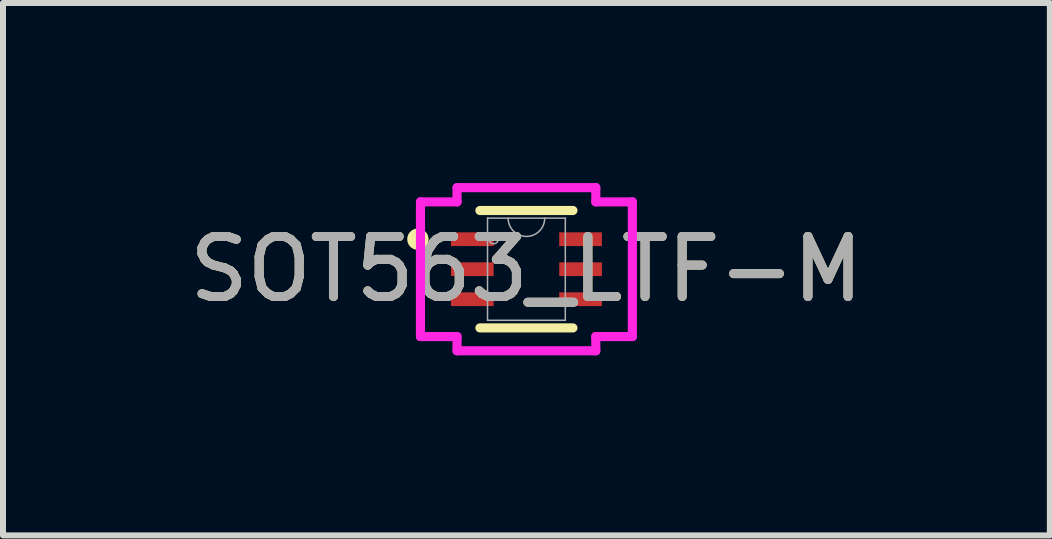
<source format=kicad_pcb>
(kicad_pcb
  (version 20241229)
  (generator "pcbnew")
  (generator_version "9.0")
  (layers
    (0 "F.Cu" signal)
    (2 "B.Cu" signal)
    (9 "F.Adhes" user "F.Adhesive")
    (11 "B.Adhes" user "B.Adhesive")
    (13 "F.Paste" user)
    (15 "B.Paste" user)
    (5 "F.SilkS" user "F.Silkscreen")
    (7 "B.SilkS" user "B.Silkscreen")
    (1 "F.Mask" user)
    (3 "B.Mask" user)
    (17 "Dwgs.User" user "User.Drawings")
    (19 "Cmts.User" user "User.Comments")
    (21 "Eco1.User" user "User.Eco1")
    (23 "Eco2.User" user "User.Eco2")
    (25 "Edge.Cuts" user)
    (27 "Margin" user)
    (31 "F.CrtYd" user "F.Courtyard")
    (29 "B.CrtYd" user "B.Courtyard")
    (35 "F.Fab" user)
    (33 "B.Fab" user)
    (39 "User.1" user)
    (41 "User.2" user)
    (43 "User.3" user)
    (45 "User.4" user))
  (footprint "SOT563_LTF-M"
    (layer "F.Cu")
    (at 5.72 1.435)
    (property "Reference" "SOT563_LTF-M" (at 0 0 0) (unlocked yes) (layer "F.SilkS") (effects (font (size 1 1) (thickness 0.15))))
    (attr smd)
    (fp_line (start -0.775 0.978) (end 0.775 0.978) (stroke (width 0.152) (type solid)) (layer "F.SilkS"))
    (fp_line (start 0.775 -0.978) (end -0.775 -0.978) (stroke (width 0.152) (type solid)) (layer "F.SilkS"))
    (fp_circle (center -1.808 -0.5) (end -1.706 -0.5) (stroke (width 0.152) (type solid)) (fill no) (layer "F.SilkS"))
    (fp_line (start -1.765 -1.122) (end -1.156 -1.122) (stroke (width 0.152) (type solid)) (layer "F.CrtYd"))
    (fp_line (start -1.765 1.122) (end -1.765 -1.122) (stroke (width 0.152) (type solid)) (layer "F.CrtYd"))
    (fp_line (start -1.765 1.122) (end -1.156 1.122) (stroke (width 0.152) (type solid)) (layer "F.CrtYd"))
    (fp_line (start -1.156 -1.359) (end 1.156 -1.359) (stroke (width 0.152) (type solid)) (layer "F.CrtYd"))
    (fp_line (start -1.156 -1.122) (end -1.156 -1.359) (stroke (width 0.152) (type solid)) (layer "F.CrtYd"))
    (fp_line (start -1.156 1.359) (end -1.156 1.122) (stroke (width 0.152) (type solid)) (layer "F.CrtYd"))
    (fp_line (start 1.156 -1.359) (end 1.156 -1.122) (stroke (width 0.152) (type solid)) (layer "F.CrtYd"))
    (fp_line (start 1.156 1.122) (end 1.156 1.359) (stroke (width 0.152) (type solid)) (layer "F.CrtYd"))
    (fp_line (start 1.156 1.359) (end -1.156 1.359) (stroke (width 0.152) (type solid)) (layer "F.CrtYd"))
    (fp_line (start 1.765 -1.122) (end 1.156 -1.122) (stroke (width 0.152) (type solid)) (layer "F.CrtYd"))
    (fp_line (start 1.765 -1.122) (end 1.765 1.122) (stroke (width 0.152) (type solid)) (layer "F.CrtYd"))
    (fp_line (start 1.765 1.122) (end 1.156 1.122) (stroke (width 0.152) (type solid)) (layer "F.CrtYd"))
    (fp_line (start -0.648 -0.851) (end -0.648 0.851) (stroke (width 0.025) (type solid)) (layer "F.Fab"))
    (fp_line (start -0.648 0.851) (end 0.648 0.851) (stroke (width 0.025) (type solid)) (layer "F.Fab"))
    (fp_line (start 0.648 -0.851) (end -0.648 -0.851) (stroke (width 0.025) (type solid)) (layer "F.Fab"))
    (fp_line (start 0.648 0.851) (end 0.648 -0.851) (stroke (width 0.025) (type solid)) (layer "F.Fab"))
    (fp_arc (start 0.3048 -0.8509) (mid 0 -0.5461) (end -0.3048 -0.8509) (stroke (width 0.0254) (type solid)) (layer "F.Fab"))
    (fp_circle (center -0.546 -0.5) (end -0.47 -0.5) (stroke (width 0.025) (type solid)) (fill no) (layer "F.Fab"))
    (fp_text user "${REFERENCE}" (at 0 0 0) (unlocked yes) (layer "F.Fab") (effects (font (size 1 1) (thickness 0.15))))
    (pad "1" smd rect (at -0.902 -0.5) (size 0.711 0.229) (layers "F.Cu" "F.Mask" "F.Paste"))
    (pad "2" smd rect (at -0.902 0) (size 0.711 0.229) (layers "F.Cu" "F.Mask" "F.Paste"))
    (pad "3" smd rect (at -0.902 0.5) (size 0.711 0.229) (layers "F.Cu" "F.Mask" "F.Paste"))
    (pad "4" smd rect (at 0.902 0.5) (size 0.711 0.229) (layers "F.Cu" "F.Mask" "F.Paste"))
    (pad "5" smd rect (at 0.902 0) (size 0.711 0.229) (layers "F.Cu" "F.Mask" "F.Paste"))
    (pad "6" smd rect (at 0.902 -0.5) (size 0.711 0.229) (layers "F.Cu" "F.Mask" "F.Paste")))
  (gr_rect
    (start -3 -3)
    (end 14.44 5.87)
    (stroke (width 0.1) (type default))
    (fill no)
    (layer "Edge.Cuts")))
</source>
